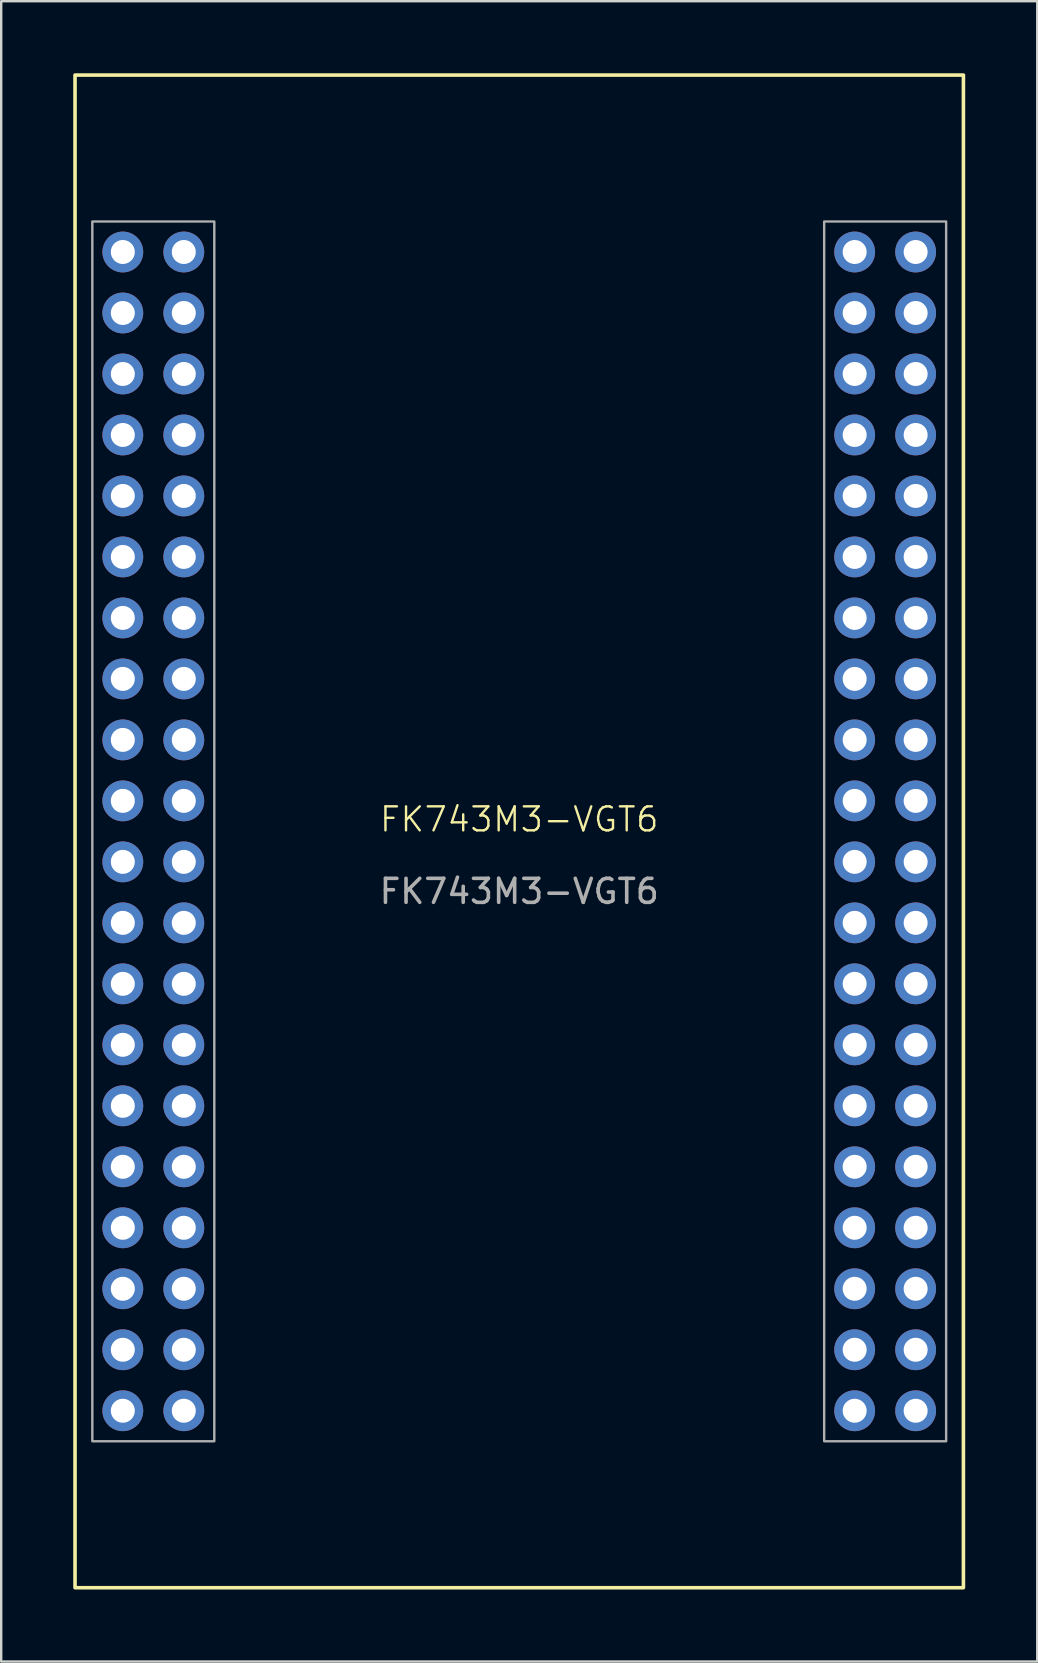
<source format=kicad_pcb>
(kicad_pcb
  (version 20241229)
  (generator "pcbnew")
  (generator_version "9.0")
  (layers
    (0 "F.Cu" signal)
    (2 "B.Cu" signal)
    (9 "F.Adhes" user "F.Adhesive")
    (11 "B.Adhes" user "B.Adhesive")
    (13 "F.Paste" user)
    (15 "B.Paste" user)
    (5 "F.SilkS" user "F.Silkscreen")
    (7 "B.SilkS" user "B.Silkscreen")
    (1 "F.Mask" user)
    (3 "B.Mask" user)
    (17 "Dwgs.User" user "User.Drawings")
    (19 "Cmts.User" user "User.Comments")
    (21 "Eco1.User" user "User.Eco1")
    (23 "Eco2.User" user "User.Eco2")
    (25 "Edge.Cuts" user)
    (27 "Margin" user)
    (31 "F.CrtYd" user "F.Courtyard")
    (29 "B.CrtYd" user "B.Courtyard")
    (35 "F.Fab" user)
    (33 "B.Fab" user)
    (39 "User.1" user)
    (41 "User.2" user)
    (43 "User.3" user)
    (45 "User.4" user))
  (footprint "FK743M3-VGT6"
    (layer "F.Cu")
    (at 18.575 31.575)
    (property "Reference" "FK743M3-VGT6" (at 0 -0.5 0) (unlocked yes) (layer "F.SilkS") (effects (font (size 1 1) (thickness 0.1))))
    (attr through_hole)
    (fp_rect (start -18.5 -31.5) (end 18.5 31.5) (stroke (width 0.15) (type solid)) (fill no) (layer "F.SilkS"))
    (fp_rect (start -17.78 -25.4) (end -12.7 25.4) (stroke (width 0.1) (type default)) (fill no) (layer "F.Fab"))
    (fp_rect (start 12.7 -25.4) (end 17.78 25.4) (stroke (width 0.1) (type default)) (fill no) (layer "F.Fab"))
    (fp_text user "${REFERENCE}" (at 0 2.5 0) (unlocked yes) (layer "F.Fab") (effects (font (size 1 1) (thickness 0.15))))
    (pad "L1" thru_hole circle (at -16.51 -24.13) (size 1.7 1.7) (drill 1) (layers "*.Cu" "*.Mask"))
    (pad "L2" thru_hole circle (at -13.97 -24.13) (size 1.7 1.7) (drill 1) (layers "*.Cu" "*.Mask"))
    (pad "L3" thru_hole circle (at -16.51 -21.59) (size 1.7 1.7) (drill 1) (layers "*.Cu" "*.Mask"))
    (pad "L4" thru_hole circle (at -13.97 -21.59) (size 1.7 1.7) (drill 1) (layers "*.Cu" "*.Mask"))
    (pad "L5" thru_hole circle (at -16.51 -19.05) (size 1.7 1.7) (drill 1) (layers "*.Cu" "*.Mask"))
    (pad "L6" thru_hole circle (at -13.97 -19.05) (size 1.7 1.7) (drill 1) (layers "*.Cu" "*.Mask"))
    (pad "L7" thru_hole circle (at -16.51 -16.51) (size 1.7 1.7) (drill 1) (layers "*.Cu" "*.Mask"))
    (pad "L8" thru_hole circle (at -13.97 -16.51) (size 1.7 1.7) (drill 1) (layers "*.Cu" "*.Mask"))
    (pad "L9" thru_hole circle (at -16.51 -13.97) (size 1.7 1.7) (drill 1) (layers "*.Cu" "*.Mask"))
    (pad "L10" thru_hole circle (at -13.97 -13.97) (size 1.7 1.7) (drill 1) (layers "*.Cu" "*.Mask"))
    (pad "L11" thru_hole circle (at -16.51 -11.43) (size 1.7 1.7) (drill 1) (layers "*.Cu" "*.Mask"))
    (pad "L12" thru_hole circle (at -13.97 -11.43) (size 1.7 1.7) (drill 1) (layers "*.Cu" "*.Mask"))
    (pad "L13" thru_hole circle (at -16.51 -8.89) (size 1.7 1.7) (drill 1) (layers "*.Cu" "*.Mask"))
    (pad "L14" thru_hole circle (at -13.97 -8.89) (size 1.7 1.7) (drill 1) (layers "*.Cu" "*.Mask"))
    (pad "L15" thru_hole circle (at -16.51 -6.35) (size 1.7 1.7) (drill 1) (layers "*.Cu" "*.Mask"))
    (pad "L16" thru_hole circle (at -13.97 -6.35) (size 1.7 1.7) (drill 1) (layers "*.Cu" "*.Mask"))
    (pad "L17" thru_hole circle (at -16.51 -3.81) (size 1.7 1.7) (drill 1) (layers "*.Cu" "*.Mask"))
    (pad "L18" thru_hole circle (at -13.97 -3.81) (size 1.7 1.7) (drill 1) (layers "*.Cu" "*.Mask"))
    (pad "L19" thru_hole circle (at -16.51 -1.27) (size 1.7 1.7) (drill 1) (layers "*.Cu" "*.Mask"))
    (pad "L20" thru_hole circle (at -13.97 -1.27) (size 1.7 1.7) (drill 1) (layers "*.Cu" "*.Mask"))
    (pad "L21" thru_hole circle (at -16.51 1.27) (size 1.7 1.7) (drill 1) (layers "*.Cu" "*.Mask"))
    (pad "L22" thru_hole circle (at -13.97 1.27) (size 1.7 1.7) (drill 1) (layers "*.Cu" "*.Mask"))
    (pad "L23" thru_hole circle (at -16.51 3.81) (size 1.7 1.7) (drill 1) (layers "*.Cu" "*.Mask"))
    (pad "L24" thru_hole circle (at -13.97 3.81) (size 1.7 1.7) (drill 1) (layers "*.Cu" "*.Mask"))
    (pad "L25" thru_hole circle (at -16.51 6.35) (size 1.7 1.7) (drill 1) (layers "*.Cu" "*.Mask"))
    (pad "L26" thru_hole circle (at -13.97 6.35) (size 1.7 1.7) (drill 1) (layers "*.Cu" "*.Mask"))
    (pad "L27" thru_hole circle (at -16.51 8.89) (size 1.7 1.7) (drill 1) (layers "*.Cu" "*.Mask"))
    (pad "L28" thru_hole circle (at -13.97 8.89) (size 1.7 1.7) (drill 1) (layers "*.Cu" "*.Mask"))
    (pad "L29" thru_hole circle (at -16.51 11.43) (size 1.7 1.7) (drill 1) (layers "*.Cu" "*.Mask"))
    (pad "L30" thru_hole circle (at -13.97 11.43) (size 1.7 1.7) (drill 1) (layers "*.Cu" "*.Mask"))
    (pad "L31" thru_hole circle (at -16.51 13.97) (size 1.7 1.7) (drill 1) (layers "*.Cu" "*.Mask"))
    (pad "L32" thru_hole circle (at -13.97 13.97) (size 1.7 1.7) (drill 1) (layers "*.Cu" "*.Mask"))
    (pad "L33" thru_hole circle (at -16.51 16.51) (size 1.7 1.7) (drill 1) (layers "*.Cu" "*.Mask"))
    (pad "L34" thru_hole circle (at -13.97 16.51) (size 1.7 1.7) (drill 1) (layers "*.Cu" "*.Mask"))
    (pad "L35" thru_hole circle (at -16.51 19.05) (size 1.7 1.7) (drill 1) (layers "*.Cu" "*.Mask"))
    (pad "L36" thru_hole circle (at -13.97 19.05) (size 1.7 1.7) (drill 1) (layers "*.Cu" "*.Mask"))
    (pad "L37" thru_hole circle (at -16.51 21.59) (size 1.7 1.7) (drill 1) (layers "*.Cu" "*.Mask"))
    (pad "L38" thru_hole circle (at -13.97 21.59) (size 1.7 1.7) (drill 1) (layers "*.Cu" "*.Mask"))
    (pad "L39" thru_hole circle (at -16.51 24.13) (size 1.7 1.7) (drill 1) (layers "*.Cu" "*.Mask"))
    (pad "L40" thru_hole circle (at -13.97 24.13) (size 1.7 1.7) (drill 1) (layers "*.Cu" "*.Mask"))
    (pad "R1" thru_hole circle (at 13.97 -24.13) (size 1.7 1.7) (drill 1) (layers "*.Cu" "*.Mask"))
    (pad "R2" thru_hole circle (at 16.51 -24.13) (size 1.7 1.7) (drill 1) (layers "*.Cu" "*.Mask"))
    (pad "R3" thru_hole circle (at 13.97 -21.59) (size 1.7 1.7) (drill 1) (layers "*.Cu" "*.Mask"))
    (pad "R4" thru_hole circle (at 16.51 -21.59) (size 1.7 1.7) (drill 1) (layers "*.Cu" "*.Mask"))
    (pad "R5" thru_hole circle (at 13.97 -19.05) (size 1.7 1.7) (drill 1) (layers "*.Cu" "*.Mask"))
    (pad "R6" thru_hole circle (at 16.51 -19.05) (size 1.7 1.7) (drill 1) (layers "*.Cu" "*.Mask"))
    (pad "R7" thru_hole circle (at 13.97 -16.51) (size 1.7 1.7) (drill 1) (layers "*.Cu" "*.Mask"))
    (pad "R8" thru_hole circle (at 16.51 -16.51) (size 1.7 1.7) (drill 1) (layers "*.Cu" "*.Mask"))
    (pad "R9" thru_hole circle (at 13.97 -13.97) (size 1.7 1.7) (drill 1) (layers "*.Cu" "*.Mask"))
    (pad "R10" thru_hole circle (at 16.51 -13.97) (size 1.7 1.7) (drill 1) (layers "*.Cu" "*.Mask"))
    (pad "R11" thru_hole circle (at 13.97 -11.43) (size 1.7 1.7) (drill 1) (layers "*.Cu" "*.Mask"))
    (pad "R12" thru_hole circle (at 16.51 -11.43) (size 1.7 1.7) (drill 1) (layers "*.Cu" "*.Mask"))
    (pad "R13" thru_hole circle (at 13.97 -8.89) (size 1.7 1.7) (drill 1) (layers "*.Cu" "*.Mask"))
    (pad "R14" thru_hole circle (at 16.51 -8.89) (size 1.7 1.7) (drill 1) (layers "*.Cu" "*.Mask"))
    (pad "R15" thru_hole circle (at 13.97 -6.35) (size 1.7 1.7) (drill 1) (layers "*.Cu" "*.Mask"))
    (pad "R16" thru_hole circle (at 16.51 -6.35) (size 1.7 1.7) (drill 1) (layers "*.Cu" "*.Mask"))
    (pad "R17" thru_hole circle (at 13.97 -3.81) (size 1.7 1.7) (drill 1) (layers "*.Cu" "*.Mask"))
    (pad "R18" thru_hole circle (at 16.51 -3.81) (size 1.7 1.7) (drill 1) (layers "*.Cu" "*.Mask"))
    (pad "R19" thru_hole circle (at 13.97 -1.27) (size 1.7 1.7) (drill 1) (layers "*.Cu" "*.Mask"))
    (pad "R20" thru_hole circle (at 16.51 -1.27) (size 1.7 1.7) (drill 1) (layers "*.Cu" "*.Mask"))
    (pad "R21" thru_hole circle (at 13.97 1.27) (size 1.7 1.7) (drill 1) (layers "*.Cu" "*.Mask"))
    (pad "R22" thru_hole circle (at 16.51 1.27) (size 1.7 1.7) (drill 1) (layers "*.Cu" "*.Mask"))
    (pad "R23" thru_hole circle (at 13.97 3.81) (size 1.7 1.7) (drill 1) (layers "*.Cu" "*.Mask"))
    (pad "R24" thru_hole circle (at 16.51 3.81) (size 1.7 1.7) (drill 1) (layers "*.Cu" "*.Mask"))
    (pad "R25" thru_hole circle (at 13.97 6.35) (size 1.7 1.7) (drill 1) (layers "*.Cu" "*.Mask"))
    (pad "R26" thru_hole circle (at 16.51 6.35) (size 1.7 1.7) (drill 1) (layers "*.Cu" "*.Mask"))
    (pad "R27" thru_hole circle (at 13.97 8.89) (size 1.7 1.7) (drill 1) (layers "*.Cu" "*.Mask"))
    (pad "R28" thru_hole circle (at 16.51 8.89) (size 1.7 1.7) (drill 1) (layers "*.Cu" "*.Mask"))
    (pad "R29" thru_hole circle (at 13.97 11.43) (size 1.7 1.7) (drill 1) (layers "*.Cu" "*.Mask"))
    (pad "R30" thru_hole circle (at 16.51 11.43) (size 1.7 1.7) (drill 1) (layers "*.Cu" "*.Mask"))
    (pad "R31" thru_hole circle (at 13.97 13.97) (size 1.7 1.7) (drill 1) (layers "*.Cu" "*.Mask"))
    (pad "R32" thru_hole circle (at 16.51 13.97) (size 1.7 1.7) (drill 1) (layers "*.Cu" "*.Mask"))
    (pad "R33" thru_hole circle (at 13.97 16.51) (size 1.7 1.7) (drill 1) (layers "*.Cu" "*.Mask"))
    (pad "R34" thru_hole circle (at 16.51 16.51) (size 1.7 1.7) (drill 1) (layers "*.Cu" "*.Mask"))
    (pad "R35" thru_hole circle (at 13.97 19.05) (size 1.7 1.7) (drill 1) (layers "*.Cu" "*.Mask"))
    (pad "R36" thru_hole circle (at 16.51 19.05) (size 1.7 1.7) (drill 1) (layers "*.Cu" "*.Mask"))
    (pad "R37" thru_hole circle (at 13.97 21.59) (size 1.7 1.7) (drill 1) (layers "*.Cu" "*.Mask"))
    (pad "R38" thru_hole circle (at 16.51 21.59) (size 1.7 1.7) (drill 1) (layers "*.Cu" "*.Mask"))
    (pad "R39" thru_hole circle (at 13.97 24.13) (size 1.7 1.7) (drill 1) (layers "*.Cu" "*.Mask"))
    (pad "R40" thru_hole circle (at 16.51 24.13) (size 1.7 1.7) (drill 1) (layers "*.Cu" "*.Mask")))
  (gr_rect
    (start -3 -3)
    (end 40.15 66.15)
    (stroke (width 0.1) (type default))
    (fill no)
    (layer "Edge.Cuts")))
</source>
